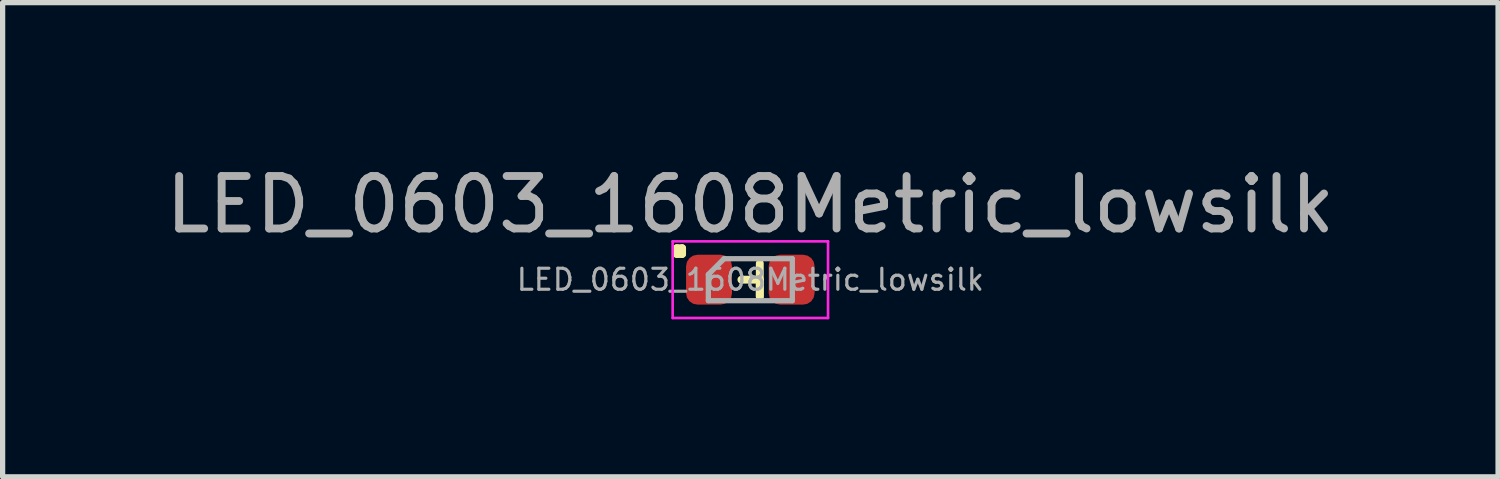
<source format=kicad_pcb>
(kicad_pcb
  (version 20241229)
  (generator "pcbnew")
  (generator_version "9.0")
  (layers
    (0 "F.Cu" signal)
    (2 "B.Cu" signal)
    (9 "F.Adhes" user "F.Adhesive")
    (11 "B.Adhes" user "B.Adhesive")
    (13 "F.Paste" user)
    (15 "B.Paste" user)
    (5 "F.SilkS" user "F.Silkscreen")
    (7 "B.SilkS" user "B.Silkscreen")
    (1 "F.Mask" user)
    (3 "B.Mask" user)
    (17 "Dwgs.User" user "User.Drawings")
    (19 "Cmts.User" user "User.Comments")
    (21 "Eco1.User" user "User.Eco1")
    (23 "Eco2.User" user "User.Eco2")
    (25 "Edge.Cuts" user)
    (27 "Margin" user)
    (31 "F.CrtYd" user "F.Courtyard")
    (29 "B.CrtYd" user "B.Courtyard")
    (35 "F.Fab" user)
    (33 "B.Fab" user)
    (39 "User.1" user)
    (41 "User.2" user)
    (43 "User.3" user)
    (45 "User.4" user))
  (footprint "LED_0603_1608Metric_lowsilk"
    (layer "F.Cu")
    (at 11.244 2.278)
    (property "Reference" "LED_0603_1608Metric_lowsilk" (at 0 -1.43 0) (layer "F.Fab") (effects (font (size 1 1) (thickness 0.15))))
    (attr smd)
    (fp_line (start -1.4 -0.6) (end -1.4 -0.49) (stroke (width 0.15) (type solid)) (layer "F.SilkS"))
    (fp_line (start -1.4 -0.49) (end -1.3 -0.49) (stroke (width 0.15) (type solid)) (layer "F.SilkS"))
    (fp_line (start -1.3 -0.6) (end -1.4 -0.6) (stroke (width 0.15) (type solid)) (layer "F.SilkS"))
    (fp_line (start -1.3 -0.49) (end -1.3 -0.6) (stroke (width 0.15) (type solid)) (layer "F.SilkS"))
    (fp_line (start 0.18 -0.31) (end 0.18 0.32) (stroke (width 0.15) (type solid)) (layer "F.SilkS"))
    (fp_line (start 0.18 0) (end -0.17 0) (stroke (width 0.15) (type solid)) (layer "F.SilkS"))
    (fp_line (start 0.18 0.32) (end 0.18 0) (stroke (width 0.15) (type solid)) (layer "F.SilkS"))
    (fp_line (start -1.48 -0.73) (end 1.48 -0.73) (stroke (width 0.05) (type solid)) (layer "F.CrtYd"))
    (fp_line (start -1.48 0.73) (end -1.48 -0.73) (stroke (width 0.05) (type solid)) (layer "F.CrtYd"))
    (fp_line (start 1.48 -0.73) (end 1.48 0.73) (stroke (width 0.05) (type solid)) (layer "F.CrtYd"))
    (fp_line (start 1.48 0.73) (end -1.48 0.73) (stroke (width 0.05) (type solid)) (layer "F.CrtYd"))
    (fp_line (start -0.8 -0.1) (end -0.8 0.4) (stroke (width 0.1) (type solid)) (layer "F.Fab"))
    (fp_line (start -0.8 0.4) (end 0.8 0.4) (stroke (width 0.1) (type solid)) (layer "F.Fab"))
    (fp_line (start -0.5 -0.4) (end -0.8 -0.1) (stroke (width 0.1) (type solid)) (layer "F.Fab"))
    (fp_line (start 0.8 -0.4) (end -0.5 -0.4) (stroke (width 0.1) (type solid)) (layer "F.Fab"))
    (fp_line (start 0.8 0.4) (end 0.8 -0.4) (stroke (width 0.1) (type solid)) (layer "F.Fab"))
    (fp_text user "${REFERENCE}" (at 0 0 0) (layer "F.Fab") (effects (font (size 0.4 0.4) (thickness 0.06))))
    (pad "1" smd roundrect (at -0.787 0) (size 0.875 0.95) (layers "F.Cu" "F.Mask" "F.Paste") (roundrect_rratio 0.25))
    (pad "2" smd roundrect (at 0.787 0) (size 0.875 0.95) (layers "F.Cu" "F.Mask" "F.Paste") (roundrect_rratio 0.25)))
  (gr_rect
    (start -3 -3)
    (end 25.488 6.033)
    (stroke (width 0.1) (type default))
    (fill no)
    (layer "Edge.Cuts")))
</source>
